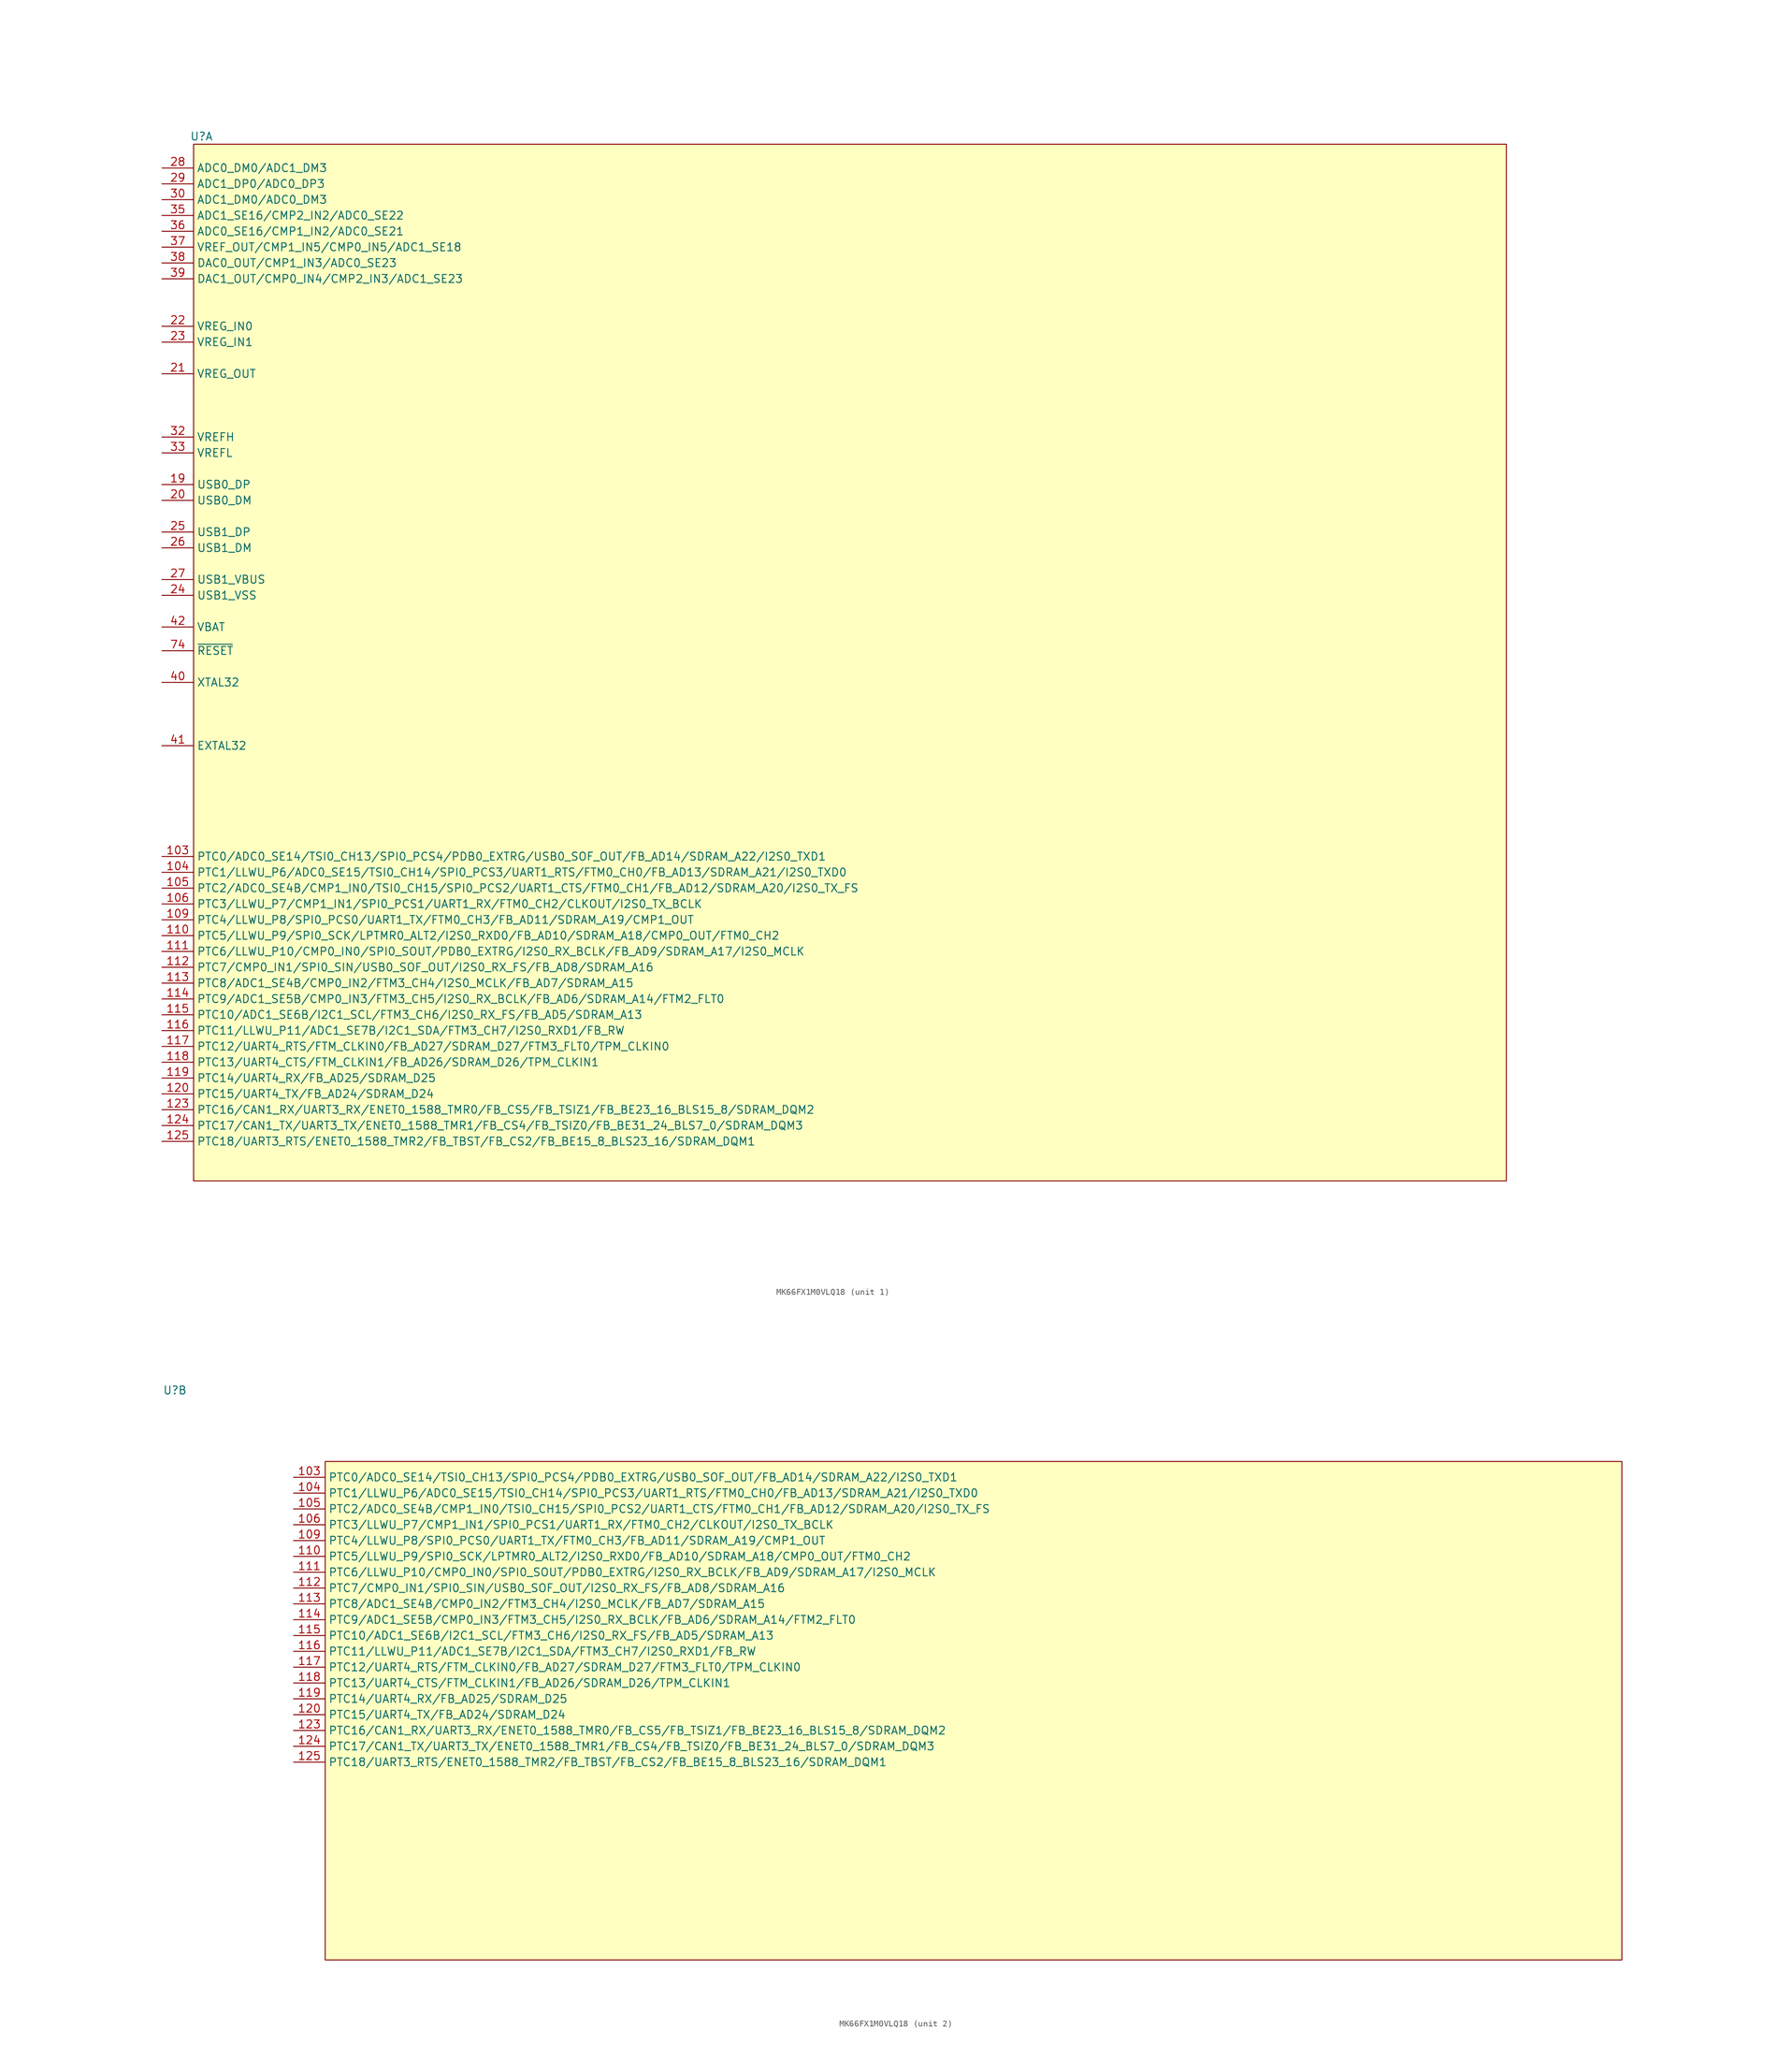
<source format=kicad_sym>
(kicad_symbol_lib
  (version 20220914)
  (generator kicad_symbol_editor)
  (symbol "MK66FX1M0VLQ18"
    (property "Reference" "U"
      (at -24.13 13.97 0)
      (effects (font (size 1.27 1.27))))
    (property "Value" ""
      (at 0 0 0)
      (effects (font (size 1.27 1.27))))
    (property "ki_locked" ""
      (at 0 0 0)
      (effects (font (size 1.27 1.27))))
    (symbol "MK66FX1M0VLQ18_1_1"
      (rectangle (start -25.4 12.7) (end 185.42 -153.67) (stroke (width 0) (type default)) (fill (type background)))
      (pin input line (at -30.48 -101.6 0) (length 5.08) (name "PTC0/ADC0_SE14/TSI0_CH13/SPI0_PCS4/PDB0_EXTRG/USB0_SOF_OUT/FB_AD14/SDRAM_A22/I2S0_TXD1" (effects (font (size 1.27 1.27)))) (number "103" (effects (font (size 1.27 1.27)))))
      (pin input line (at -30.48 -104.14 0) (length 5.08) (name "PTC1/LLWU_P6/ADC0_SE15/TSI0_CH14/SPI0_PCS3/UART1_RTS/FTM0_CH0/FB_AD13/SDRAM_A21/I2S0_TXD0" (effects (font (size 1.27 1.27)))) (number "104" (effects (font (size 1.27 1.27)))))
      (pin input line (at -30.48 -106.68 0) (length 5.08) (name "PTC2/ADC0_SE4B/CMP1_IN0/TSI0_CH15/SPI0_PCS2/UART1_CTS/FTM0_CH1/FB_AD12/SDRAM_A20/I2S0_TX_FS" (effects (font (size 1.27 1.27)))) (number "105" (effects (font (size 1.27 1.27)))))
      (pin input line (at -30.48 -109.22 0) (length 5.08) (name "PTC3/LLWU_P7/CMP1_IN1/SPI0_PCS1/UART1_RX/FTM0_CH2/CLKOUT/I2S0_TX_BCLK" (effects (font (size 1.27 1.27)))) (number "106" (effects (font (size 1.27 1.27)))))
      (pin input line (at -30.48 -111.76 0) (length 5.08) (name "PTC4/LLWU_P8/SPI0_PCS0/UART1_TX/FTM0_CH3/FB_AD11/SDRAM_A19/CMP1_OUT" (effects (font (size 1.27 1.27)))) (number "109" (effects (font (size 1.27 1.27)))))
      (pin input line (at -30.48 -114.3 0) (length 5.08) (name "PTC5/LLWU_P9/SPI0_SCK/LPTMR0_ALT2/I2S0_RXD0/FB_AD10/SDRAM_A18/CMP0_OUT/FTM0_CH2" (effects (font (size 1.27 1.27)))) (number "110" (effects (font (size 1.27 1.27)))))
      (pin input line (at -30.48 -116.84 0) (length 5.08) (name "PTC6/LLWU_P10/CMP0_IN0/SPI0_SOUT/PDB0_EXTRG/I2S0_RX_BCLK/FB_AD9/SDRAM_A17/I2S0_MCLK" (effects (font (size 1.27 1.27)))) (number "111" (effects (font (size 1.27 1.27)))))
      (pin input line (at -30.48 -119.38 0) (length 5.08) (name "PTC7/CMP0_IN1/SPI0_SIN/USB0_SOF_OUT/I2S0_RX_FS/FB_AD8/SDRAM_A16" (effects (font (size 1.27 1.27)))) (number "112" (effects (font (size 1.27 1.27)))))
      (pin input line (at -30.48 -121.92 0) (length 5.08) (name "PTC8/ADC1_SE4B/CMP0_IN2/FTM3_CH4/I2S0_MCLK/FB_AD7/SDRAM_A15" (effects (font (size 1.27 1.27)))) (number "113" (effects (font (size 1.27 1.27)))))
      (pin input line (at -30.48 -124.46 0) (length 5.08) (name "PTC9/ADC1_SE5B/CMP0_IN3/FTM3_CH5/I2S0_RX_BCLK/FB_AD6/SDRAM_A14/FTM2_FLT0" (effects (font (size 1.27 1.27)))) (number "114" (effects (font (size 1.27 1.27)))))
      (pin input line (at -30.48 -127 0) (length 5.08) (name "PTC10/ADC1_SE6B/I2C1_SCL/FTM3_CH6/I2S0_RX_FS/FB_AD5/SDRAM_A13" (effects (font (size 1.27 1.27)))) (number "115" (effects (font (size 1.27 1.27)))))
      (pin input line (at -30.48 -129.54 0) (length 5.08) (name "PTC11/LLWU_P11/ADC1_SE7B/I2C1_SDA/FTM3_CH7/I2S0_RXD1/FB_RW" (effects (font (size 1.27 1.27)))) (number "116" (effects (font (size 1.27 1.27)))))
      (pin input line (at -30.48 -132.08 0) (length 5.08) (name "PTC12/UART4_RTS/FTM_CLKIN0/FB_AD27/SDRAM_D27/FTM3_FLT0/TPM_CLKIN0" (effects (font (size 1.27 1.27)))) (number "117" (effects (font (size 1.27 1.27)))))
      (pin input line (at -30.48 -134.62 0) (length 5.08) (name "PTC13/UART4_CTS/FTM_CLKIN1/FB_AD26/SDRAM_D26/TPM_CLKIN1" (effects (font (size 1.27 1.27)))) (number "118" (effects (font (size 1.27 1.27)))))
      (pin input line (at -30.48 -137.16 0) (length 5.08) (name "PTC14/UART4_RX/FB_AD25/SDRAM_D25" (effects (font (size 1.27 1.27)))) (number "119" (effects (font (size 1.27 1.27)))))
      (pin input line (at -30.48 -139.7 0) (length 5.08) (name "PTC15/UART4_TX/FB_AD24/SDRAM_D24" (effects (font (size 1.27 1.27)))) (number "120" (effects (font (size 1.27 1.27)))))
      (pin input line (at -30.48 -142.24 0) (length 5.08) (name "PTC16/CAN1_RX/UART3_RX/ENET0_1588_TMR0/FB_CS5/FB_TSIZ1/FB_BE23_16_BLS15_8/SDRAM_DQM2" (effects (font (size 1.27 1.27)))) (number "123" (effects (font (size 1.27 1.27)))))
      (pin input line (at -30.48 -144.78 0) (length 5.08) (name "PTC17/CAN1_TX/UART3_TX/ENET0_1588_TMR1/FB_CS4/FB_TSIZ0/FB_BE31_24_BLS7_0/SDRAM_DQM3" (effects (font (size 1.27 1.27)))) (number "124" (effects (font (size 1.27 1.27)))))
      (pin input line (at -30.48 -147.32 0) (length 5.08) (name "PTC18/UART3_RTS/ENET0_1588_TMR2/FB_TBST/FB_CS2/FB_BE15_8_BLS23_16/SDRAM_DQM1" (effects (font (size 1.27 1.27)))) (number "125" (effects (font (size 1.27 1.27)))))
      (pin bidirectional line (at -30.48 -41.91 0) (length 5.08) (name "USB0_DP" (effects (font (size 1.27 1.27)))) (number "19" (effects (font (size 1.27 1.27)))))
      (pin bidirectional line (at -30.48 -44.45 0) (length 5.08) (name "USB0_DM" (effects (font (size 1.27 1.27)))) (number "20" (effects (font (size 1.27 1.27)))))
      (pin power_out line (at -30.48 -24.13 0) (length 5.08) (name "VREG_OUT" (effects (font (size 1.27 1.27)))) (number "21" (effects (font (size 1.27 1.27)))))
      (pin input line (at -30.48 -16.51 0) (length 5.08) (name "VREG_IN0" (effects (font (size 1.27 1.27)))) (number "22" (effects (font (size 1.27 1.27)))))
      (pin input line (at -30.48 -19.05 0) (length 5.08) (name "VREG_IN1" (effects (font (size 1.27 1.27)))) (number "23" (effects (font (size 1.27 1.27)))))
      (pin power_in line (at -30.48 -59.69 0) (length 5.08) (name "USB1_VSS" (effects (font (size 1.27 1.27)))) (number "24" (effects (font (size 1.27 1.27)))))
      (pin bidirectional line (at -30.48 -49.53 0) (length 5.08) (name "USB1_DP" (effects (font (size 1.27 1.27)))) (number "25" (effects (font (size 1.27 1.27)))))
      (pin bidirectional line (at -30.48 -52.07 0) (length 5.08) (name "USB1_DM" (effects (font (size 1.27 1.27)))) (number "26" (effects (font (size 1.27 1.27)))))
      (pin power_in line (at -30.48 -57.15 0) (length 5.08) (name "USB1_VBUS" (effects (font (size 1.27 1.27)))) (number "27" (effects (font (size 1.27 1.27)))))
      (pin input line (at -30.48 8.89 0) (length 5.08) (name "ADC0_DM0/ADC1_DM3" (effects (font (size 1.27 1.27)))) (number "28" (effects (font (size 1.27 1.27)))))
      (pin input line (at -30.48 6.35 0) (length 5.08) (name "ADC1_DP0/ADC0_DP3" (effects (font (size 1.27 1.27)))) (number "29" (effects (font (size 1.27 1.27)))))
      (pin input line (at -30.48 3.81 0) (length 5.08) (name "ADC1_DM0/ADC0_DM3" (effects (font (size 1.27 1.27)))) (number "30" (effects (font (size 1.27 1.27)))))
      (pin input line (at -30.48 -34.29 0) (length 5.08) (name "VREFH" (effects (font (size 1.27 1.27)))) (number "32" (effects (font (size 1.27 1.27)))))
      (pin input line (at -30.48 -36.83 0) (length 5.08) (name "VREFL" (effects (font (size 1.27 1.27)))) (number "33" (effects (font (size 1.27 1.27)))))
      (pin input line (at -30.48 1.27 0) (length 5.08) (name "ADC1_SE16/CMP2_IN2/ADC0_SE22" (effects (font (size 1.27 1.27)))) (number "35" (effects (font (size 1.27 1.27)))))
      (pin input line (at -30.48 -1.27 0) (length 5.08) (name "ADC0_SE16/CMP1_IN2/ADC0_SE21" (effects (font (size 1.27 1.27)))) (number "36" (effects (font (size 1.27 1.27)))))
      (pin bidirectional line (at -30.48 -3.81 0) (length 5.08) (name "VREF_OUT/CMP1_IN5/CMP0_IN5/ADC1_SE18" (effects (font (size 1.27 1.27)))) (number "37" (effects (font (size 1.27 1.27)))))
      (pin bidirectional line (at -30.48 -6.35 0) (length 5.08) (name "DAC0_OUT/CMP1_IN3/ADC0_SE23" (effects (font (size 1.27 1.27)))) (number "38" (effects (font (size 1.27 1.27)))))
      (pin bidirectional line (at -30.48 -8.89 0) (length 5.08) (name "DAC1_OUT/CMP0_IN4/CMP2_IN3/ADC1_SE23" (effects (font (size 1.27 1.27)))) (number "39" (effects (font (size 1.27 1.27)))))
      (pin power_in line (at -30.48 -73.66 0) (length 5.08) (name "XTAL32" (effects (font (size 1.27 1.27)))) (number "40" (effects (font (size 1.27 1.27)))))
      (pin power_in line (at -30.48 -83.82 0) (length 5.08) (name "EXTAL32" (effects (font (size 1.27 1.27)))) (number "41" (effects (font (size 1.27 1.27)))))
      (pin power_in line (at -30.48 -64.77 0) (length 5.08) (name "VBAT" (effects (font (size 1.27 1.27)))) (number "42" (effects (font (size 1.27 1.27)))))
      (pin power_in line (at -30.48 -68.58 0) (length 5.08) (name "~{RESET}" (effects (font (size 1.27 1.27)))) (number "74" (effects (font (size 1.27 1.27))))))
    (symbol "MK66FX1M0VLQ18_2_1"
      (rectangle (start 0 2.54) (end 208.28 -77.47) (stroke (width 0) (type default)) (fill (type background)))
      (pin input line (at -5.08 0 0) (length 5.08) (name "PTC0/ADC0_SE14/TSI0_CH13/SPI0_PCS4/PDB0_EXTRG/USB0_SOF_OUT/FB_AD14/SDRAM_A22/I2S0_TXD1" (effects (font (size 1.27 1.27)))) (number "103" (effects (font (size 1.27 1.27)))))
      (pin input line (at -5.08 -2.54 0) (length 5.08) (name "PTC1/LLWU_P6/ADC0_SE15/TSI0_CH14/SPI0_PCS3/UART1_RTS/FTM0_CH0/FB_AD13/SDRAM_A21/I2S0_TXD0" (effects (font (size 1.27 1.27)))) (number "104" (effects (font (size 1.27 1.27)))))
      (pin input line (at -5.08 -5.08 0) (length 5.08) (name "PTC2/ADC0_SE4B/CMP1_IN0/TSI0_CH15/SPI0_PCS2/UART1_CTS/FTM0_CH1/FB_AD12/SDRAM_A20/I2S0_TX_FS" (effects (font (size 1.27 1.27)))) (number "105" (effects (font (size 1.27 1.27)))))
      (pin input line (at -5.08 -7.62 0) (length 5.08) (name "PTC3/LLWU_P7/CMP1_IN1/SPI0_PCS1/UART1_RX/FTM0_CH2/CLKOUT/I2S0_TX_BCLK" (effects (font (size 1.27 1.27)))) (number "106" (effects (font (size 1.27 1.27)))))
      (pin input line (at -5.08 -10.16 0) (length 5.08) (name "PTC4/LLWU_P8/SPI0_PCS0/UART1_TX/FTM0_CH3/FB_AD11/SDRAM_A19/CMP1_OUT" (effects (font (size 1.27 1.27)))) (number "109" (effects (font (size 1.27 1.27)))))
      (pin input line (at -5.08 -12.7 0) (length 5.08) (name "PTC5/LLWU_P9/SPI0_SCK/LPTMR0_ALT2/I2S0_RXD0/FB_AD10/SDRAM_A18/CMP0_OUT/FTM0_CH2" (effects (font (size 1.27 1.27)))) (number "110" (effects (font (size 1.27 1.27)))))
      (pin input line (at -5.08 -15.24 0) (length 5.08) (name "PTC6/LLWU_P10/CMP0_IN0/SPI0_SOUT/PDB0_EXTRG/I2S0_RX_BCLK/FB_AD9/SDRAM_A17/I2S0_MCLK" (effects (font (size 1.27 1.27)))) (number "111" (effects (font (size 1.27 1.27)))))
      (pin input line (at -5.08 -17.78 0) (length 5.08) (name "PTC7/CMP0_IN1/SPI0_SIN/USB0_SOF_OUT/I2S0_RX_FS/FB_AD8/SDRAM_A16" (effects (font (size 1.27 1.27)))) (number "112" (effects (font (size 1.27 1.27)))))
      (pin input line (at -5.08 -20.32 0) (length 5.08) (name "PTC8/ADC1_SE4B/CMP0_IN2/FTM3_CH4/I2S0_MCLK/FB_AD7/SDRAM_A15" (effects (font (size 1.27 1.27)))) (number "113" (effects (font (size 1.27 1.27)))))
      (pin input line (at -5.08 -22.86 0) (length 5.08) (name "PTC9/ADC1_SE5B/CMP0_IN3/FTM3_CH5/I2S0_RX_BCLK/FB_AD6/SDRAM_A14/FTM2_FLT0" (effects (font (size 1.27 1.27)))) (number "114" (effects (font (size 1.27 1.27)))))
      (pin input line (at -5.08 -25.4 0) (length 5.08) (name "PTC10/ADC1_SE6B/I2C1_SCL/FTM3_CH6/I2S0_RX_FS/FB_AD5/SDRAM_A13" (effects (font (size 1.27 1.27)))) (number "115" (effects (font (size 1.27 1.27)))))
      (pin input line (at -5.08 -27.94 0) (length 5.08) (name "PTC11/LLWU_P11/ADC1_SE7B/I2C1_SDA/FTM3_CH7/I2S0_RXD1/FB_RW" (effects (font (size 1.27 1.27)))) (number "116" (effects (font (size 1.27 1.27)))))
      (pin input line (at -5.08 -30.48 0) (length 5.08) (name "PTC12/UART4_RTS/FTM_CLKIN0/FB_AD27/SDRAM_D27/FTM3_FLT0/TPM_CLKIN0" (effects (font (size 1.27 1.27)))) (number "117" (effects (font (size 1.27 1.27)))))
      (pin input line (at -5.08 -33.02 0) (length 5.08) (name "PTC13/UART4_CTS/FTM_CLKIN1/FB_AD26/SDRAM_D26/TPM_CLKIN1" (effects (font (size 1.27 1.27)))) (number "118" (effects (font (size 1.27 1.27)))))
      (pin input line (at -5.08 -35.56 0) (length 5.08) (name "PTC14/UART4_RX/FB_AD25/SDRAM_D25" (effects (font (size 1.27 1.27)))) (number "119" (effects (font (size 1.27 1.27)))))
      (pin input line (at -5.08 -38.1 0) (length 5.08) (name "PTC15/UART4_TX/FB_AD24/SDRAM_D24" (effects (font (size 1.27 1.27)))) (number "120" (effects (font (size 1.27 1.27)))))
      (pin input line (at -5.08 -40.64 0) (length 5.08) (name "PTC16/CAN1_RX/UART3_RX/ENET0_1588_TMR0/FB_CS5/FB_TSIZ1/FB_BE23_16_BLS15_8/SDRAM_DQM2" (effects (font (size 1.27 1.27)))) (number "123" (effects (font (size 1.27 1.27)))))
      (pin input line (at -5.08 -43.18 0) (length 5.08) (name "PTC17/CAN1_TX/UART3_TX/ENET0_1588_TMR1/FB_CS4/FB_TSIZ0/FB_BE31_24_BLS7_0/SDRAM_DQM3" (effects (font (size 1.27 1.27)))) (number "124" (effects (font (size 1.27 1.27)))))
      (pin input line (at -5.08 -45.72 0) (length 5.08) (name "PTC18/UART3_RTS/ENET0_1588_TMR2/FB_TBST/FB_CS2/FB_BE15_8_BLS23_16/SDRAM_DQM1" (effects (font (size 1.27 1.27)))) (number "125" (effects (font (size 1.27 1.27))))))))
</source>
